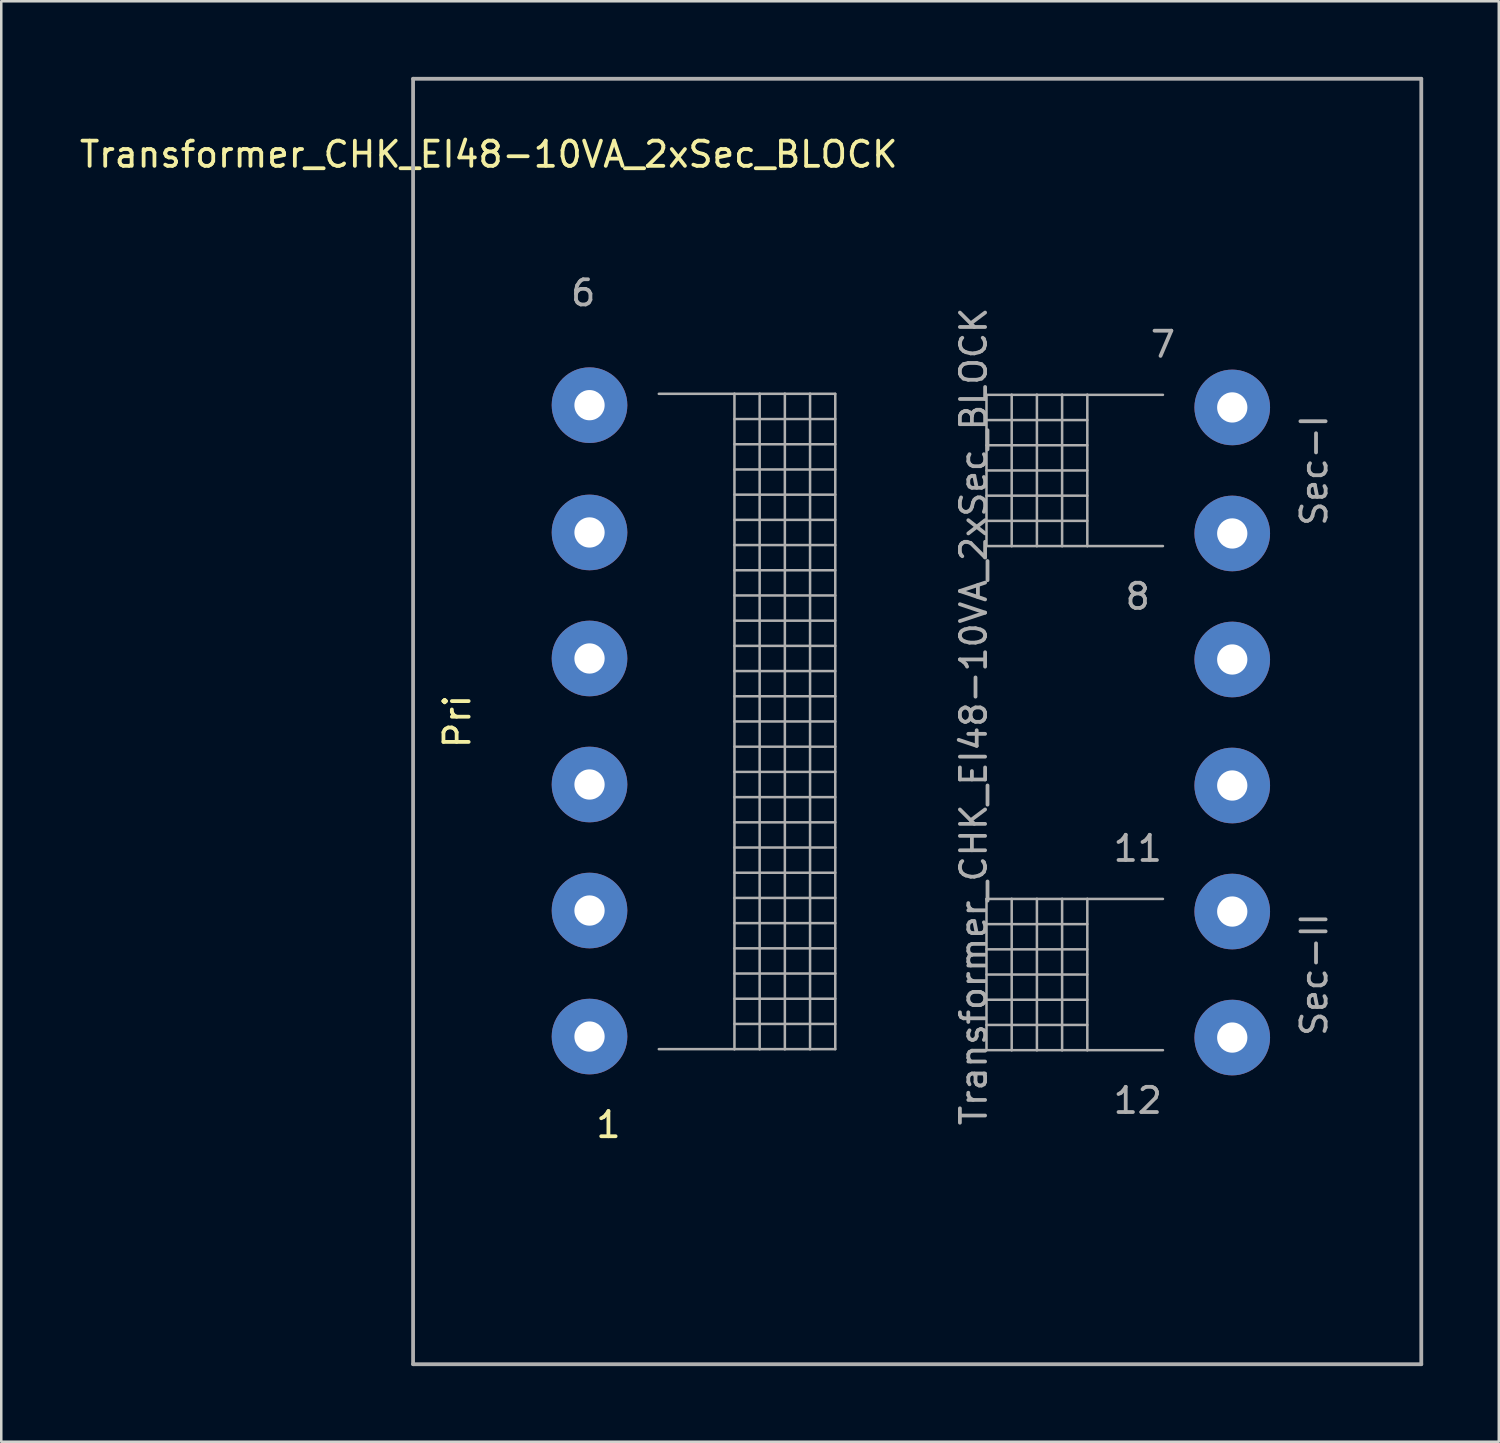
<source format=kicad_pcb>
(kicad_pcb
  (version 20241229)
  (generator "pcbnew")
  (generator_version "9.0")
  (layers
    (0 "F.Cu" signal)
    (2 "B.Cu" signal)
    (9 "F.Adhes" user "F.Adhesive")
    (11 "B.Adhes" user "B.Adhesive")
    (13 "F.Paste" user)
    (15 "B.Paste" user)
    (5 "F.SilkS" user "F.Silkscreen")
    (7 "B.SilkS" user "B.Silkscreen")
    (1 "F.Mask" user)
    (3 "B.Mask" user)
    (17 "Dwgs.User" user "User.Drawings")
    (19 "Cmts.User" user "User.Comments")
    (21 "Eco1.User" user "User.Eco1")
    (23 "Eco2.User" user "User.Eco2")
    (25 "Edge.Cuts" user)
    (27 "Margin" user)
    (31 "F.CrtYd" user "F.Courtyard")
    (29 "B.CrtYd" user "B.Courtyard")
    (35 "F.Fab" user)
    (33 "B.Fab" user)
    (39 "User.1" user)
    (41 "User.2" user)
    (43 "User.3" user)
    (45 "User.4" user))
  (footprint "Transformer_CHK_EI48-10VA_2xSec_BLOCK"
    (layer "F.Cu")
    (at 20.339 38.075)
    (property "Reference" "Transformer_CHK_EI48-10VA_2xSec_BLOCK" (at -4 -35 0) (layer "F.SilkS") (effects (font (size 1 1) (thickness 0.15))))
    (attr through_hole)
    (fp_line (start -7 -38) (end 33 -38) (stroke (width 0.15) (type solid)) (layer "F.Fab"))
    (fp_line (start -7 13) (end -7 -38) (stroke (width 0.15) (type solid)) (layer "F.Fab"))
    (fp_line (start 2.75 -25.5) (end 5.75 -25.5) (stroke (width 0.1) (type solid)) (layer "F.Fab"))
    (fp_line (start 5.75 -25.5) (end 5.75 0.5) (stroke (width 0.1) (type solid)) (layer "F.Fab"))
    (fp_line (start 5.75 -25.5) (end 6.75 -25.5) (stroke (width 0.1) (type solid)) (layer "F.Fab"))
    (fp_line (start 5.75 -24.5) (end 9.75 -24.5) (stroke (width 0.1) (type solid)) (layer "F.Fab"))
    (fp_line (start 5.75 -23.5) (end 9.75 -23.5) (stroke (width 0.1) (type solid)) (layer "F.Fab"))
    (fp_line (start 5.75 -22.5) (end 9.75 -22.5) (stroke (width 0.1) (type solid)) (layer "F.Fab"))
    (fp_line (start 5.75 -21.5) (end 9.75 -21.5) (stroke (width 0.1) (type solid)) (layer "F.Fab"))
    (fp_line (start 5.75 -20.5) (end 9.75 -20.5) (stroke (width 0.1) (type solid)) (layer "F.Fab"))
    (fp_line (start 5.75 -19.5) (end 9.75 -19.5) (stroke (width 0.1) (type solid)) (layer "F.Fab"))
    (fp_line (start 5.75 -18.5) (end 9.75 -18.5) (stroke (width 0.1) (type solid)) (layer "F.Fab"))
    (fp_line (start 5.75 -17.5) (end 9.75 -17.5) (stroke (width 0.1) (type solid)) (layer "F.Fab"))
    (fp_line (start 5.75 -16.5) (end 9.75 -16.5) (stroke (width 0.1) (type solid)) (layer "F.Fab"))
    (fp_line (start 5.75 -15.5) (end 9.75 -15.5) (stroke (width 0.1) (type solid)) (layer "F.Fab"))
    (fp_line (start 5.75 -14.5) (end 9.75 -14.5) (stroke (width 0.1) (type solid)) (layer "F.Fab"))
    (fp_line (start 5.75 -13.5) (end 9.75 -13.5) (stroke (width 0.1) (type solid)) (layer "F.Fab"))
    (fp_line (start 5.75 -12.5) (end 9.75 -12.5) (stroke (width 0.1) (type solid)) (layer "F.Fab"))
    (fp_line (start 5.75 -11.5) (end 9.75 -11.5) (stroke (width 0.1) (type solid)) (layer "F.Fab"))
    (fp_line (start 5.75 -10.5) (end 9.75 -10.5) (stroke (width 0.1) (type solid)) (layer "F.Fab"))
    (fp_line (start 5.75 -9.5) (end 9.75 -9.5) (stroke (width 0.1) (type solid)) (layer "F.Fab"))
    (fp_line (start 5.75 -8.5) (end 9.75 -8.5) (stroke (width 0.1) (type solid)) (layer "F.Fab"))
    (fp_line (start 5.75 -7.5) (end 9.75 -7.5) (stroke (width 0.1) (type solid)) (layer "F.Fab"))
    (fp_line (start 5.75 -6.5) (end 9.75 -6.5) (stroke (width 0.1) (type solid)) (layer "F.Fab"))
    (fp_line (start 5.75 -5.5) (end 9.75 -5.5) (stroke (width 0.1) (type solid)) (layer "F.Fab"))
    (fp_line (start 5.75 -4.5) (end 9.75 -4.5) (stroke (width 0.1) (type solid)) (layer "F.Fab"))
    (fp_line (start 5.75 -3.5) (end 9.75 -3.5) (stroke (width 0.1) (type solid)) (layer "F.Fab"))
    (fp_line (start 5.75 -2.5) (end 9.75 -2.5) (stroke (width 0.1) (type solid)) (layer "F.Fab"))
    (fp_line (start 5.75 -0.5) (end 9.75 -0.5) (stroke (width 0.1) (type solid)) (layer "F.Fab"))
    (fp_line (start 5.75 0.5) (end 2.75 0.5) (stroke (width 0.1) (type solid)) (layer "F.Fab"))
    (fp_line (start 6.75 -25.5) (end 6.75 0.5) (stroke (width 0.1) (type solid)) (layer "F.Fab"))
    (fp_line (start 6.75 -25.5) (end 7.75 -25.5) (stroke (width 0.1) (type solid)) (layer "F.Fab"))
    (fp_line (start 6.75 -1.5) (end 5.75 -1.5) (stroke (width 0.1) (type solid)) (layer "F.Fab"))
    (fp_line (start 6.75 -1.5) (end 9.75 -1.5) (stroke (width 0.1) (type solid)) (layer "F.Fab"))
    (fp_line (start 6.75 0.5) (end 5.75 0.5) (stroke (width 0.1) (type solid)) (layer "F.Fab"))
    (fp_line (start 7.75 -25.5) (end 7.75 0.5) (stroke (width 0.1) (type solid)) (layer "F.Fab"))
    (fp_line (start 7.75 -25.5) (end 8.75 -25.5) (stroke (width 0.1) (type solid)) (layer "F.Fab"))
    (fp_line (start 7.75 0.5) (end 6.75 0.5) (stroke (width 0.1) (type solid)) (layer "F.Fab"))
    (fp_line (start 8.75 -25.5) (end 8.75 0.5) (stroke (width 0.1) (type solid)) (layer "F.Fab"))
    (fp_line (start 8.75 -25.5) (end 9.75 -25.5) (stroke (width 0.1) (type solid)) (layer "F.Fab"))
    (fp_line (start 8.75 0.5) (end 7.75 0.5) (stroke (width 0.1) (type solid)) (layer "F.Fab"))
    (fp_line (start 9.75 -25.5) (end 9.75 0.5) (stroke (width 0.1) (type solid)) (layer "F.Fab"))
    (fp_line (start 9.75 0.5) (end 8.75 0.5) (stroke (width 0.1) (type solid)) (layer "F.Fab"))
    (fp_line (start 15.75 -25.46) (end 15.75 -19.46) (stroke (width 0.1) (type solid)) (layer "F.Fab"))
    (fp_line (start 15.75 -24.46) (end 19.75 -24.46) (stroke (width 0.1) (type solid)) (layer "F.Fab"))
    (fp_line (start 15.75 -23.46) (end 19.75 -23.46) (stroke (width 0.1) (type solid)) (layer "F.Fab"))
    (fp_line (start 15.75 -22.46) (end 19.75 -22.46) (stroke (width 0.1) (type solid)) (layer "F.Fab"))
    (fp_line (start 15.75 -21.46) (end 19.75 -21.46) (stroke (width 0.1) (type solid)) (layer "F.Fab"))
    (fp_line (start 15.75 -20.46) (end 19.75 -20.46) (stroke (width 0.1) (type solid)) (layer "F.Fab"))
    (fp_line (start 15.75 -19.46) (end 16.75 -19.46) (stroke (width 0.1) (type solid)) (layer "F.Fab"))
    (fp_line (start 15.75 -5.46) (end 15.75 0.54) (stroke (width 0.1) (type solid)) (layer "F.Fab"))
    (fp_line (start 15.75 -4.46) (end 19.75 -4.46) (stroke (width 0.1) (type solid)) (layer "F.Fab"))
    (fp_line (start 15.75 -3.46) (end 19.75 -3.46) (stroke (width 0.1) (type solid)) (layer "F.Fab"))
    (fp_line (start 15.75 -2.46) (end 19.75 -2.46) (stroke (width 0.1) (type solid)) (layer "F.Fab"))
    (fp_line (start 15.75 -1.46) (end 19.75 -1.46) (stroke (width 0.1) (type solid)) (layer "F.Fab"))
    (fp_line (start 15.75 -0.46) (end 19.75 -0.46) (stroke (width 0.1) (type solid)) (layer "F.Fab"))
    (fp_line (start 15.75 0.54) (end 16.75 0.54) (stroke (width 0.1) (type solid)) (layer "F.Fab"))
    (fp_line (start 16.75 -25.46) (end 15.75 -25.46) (stroke (width 0.1) (type solid)) (layer "F.Fab"))
    (fp_line (start 16.75 -25.46) (end 16.75 -19.46) (stroke (width 0.1) (type solid)) (layer "F.Fab"))
    (fp_line (start 16.75 -19.46) (end 17.75 -19.46) (stroke (width 0.1) (type solid)) (layer "F.Fab"))
    (fp_line (start 16.75 -5.46) (end 15.75 -5.46) (stroke (width 0.1) (type solid)) (layer "F.Fab"))
    (fp_line (start 16.75 -5.46) (end 16.75 0.54) (stroke (width 0.1) (type solid)) (layer "F.Fab"))
    (fp_line (start 16.75 0.54) (end 17.75 0.54) (stroke (width 0.1) (type solid)) (layer "F.Fab"))
    (fp_line (start 17.75 -25.46) (end 16.75 -25.46) (stroke (width 0.1) (type solid)) (layer "F.Fab"))
    (fp_line (start 17.75 -25.46) (end 17.75 -19.46) (stroke (width 0.1) (type solid)) (layer "F.Fab"))
    (fp_line (start 17.75 -19.46) (end 18.75 -19.46) (stroke (width 0.1) (type solid)) (layer "F.Fab"))
    (fp_line (start 17.75 -5.46) (end 16.75 -5.46) (stroke (width 0.1) (type solid)) (layer "F.Fab"))
    (fp_line (start 17.75 -5.46) (end 17.75 0.54) (stroke (width 0.1) (type solid)) (layer "F.Fab"))
    (fp_line (start 17.75 0.54) (end 18.75 0.54) (stroke (width 0.1) (type solid)) (layer "F.Fab"))
    (fp_line (start 18.75 -25.46) (end 17.75 -25.46) (stroke (width 0.1) (type solid)) (layer "F.Fab"))
    (fp_line (start 18.75 -25.46) (end 18.75 -19.46) (stroke (width 0.1) (type solid)) (layer "F.Fab"))
    (fp_line (start 18.75 -19.46) (end 19.75 -19.46) (stroke (width 0.1) (type solid)) (layer "F.Fab"))
    (fp_line (start 18.75 -5.46) (end 17.75 -5.46) (stroke (width 0.1) (type solid)) (layer "F.Fab"))
    (fp_line (start 18.75 -5.46) (end 18.75 0.54) (stroke (width 0.1) (type solid)) (layer "F.Fab"))
    (fp_line (start 18.75 0.54) (end 19.75 0.54) (stroke (width 0.1) (type solid)) (layer "F.Fab"))
    (fp_line (start 19.75 -25.46) (end 18.75 -25.46) (stroke (width 0.1) (type solid)) (layer "F.Fab"))
    (fp_line (start 19.75 -25.46) (end 19.75 -19.46) (stroke (width 0.1) (type solid)) (layer "F.Fab"))
    (fp_line (start 19.75 -19.46) (end 22.75 -19.46) (stroke (width 0.1) (type solid)) (layer "F.Fab"))
    (fp_line (start 19.75 -5.46) (end 18.75 -5.46) (stroke (width 0.1) (type solid)) (layer "F.Fab"))
    (fp_line (start 19.75 -5.46) (end 19.75 0.54) (stroke (width 0.1) (type solid)) (layer "F.Fab"))
    (fp_line (start 19.75 0.54) (end 22.75 0.54) (stroke (width 0.1) (type solid)) (layer "F.Fab"))
    (fp_line (start 22.75 -25.46) (end 19.75 -25.46) (stroke (width 0.1) (type solid)) (layer "F.Fab"))
    (fp_line (start 22.75 -5.46) (end 19.75 -5.46) (stroke (width 0.1) (type solid)) (layer "F.Fab"))
    (fp_line (start 33 -38) (end 33 13) (stroke (width 0.15) (type solid)) (layer "F.Fab"))
    (fp_line (start 33 13) (end -7 13) (stroke (width 0.15) (type solid)) (layer "F.Fab"))
    (fp_text user "Pri" (at -5.25 -12.5 90) (layer "F.SilkS") (effects (font (size 1 1) (thickness 0.15))))
    (fp_text user "1" (at 0.75 3.5 0) (layer "F.SilkS") (effects (font (size 1 1) (thickness 0.15))))
    (fp_text user "Sec-I" (at 28.75 -22.46 90) (layer "F.Fab") (effects (font (size 1 1) (thickness 0.15))))
    (fp_text user "8" (at 21.75 -17.46 0) (layer "F.Fab") (effects (font (size 1 1) (thickness 0.15))))
    (fp_text user "6" (at -0.25 -29.5 0) (layer "F.Fab") (effects (font (size 1 1) (thickness 0.15))))
    (fp_text user "Sec-II" (at 28.75 -2.46 90) (layer "F.Fab") (effects (font (size 1 1) (thickness 0.15))))
    (fp_text user "12" (at 21.75 2.54 0) (layer "F.Fab") (effects (font (size 1 1) (thickness 0.15))))
    (fp_text user "${REFERENCE}" (at 15.24 -12.7 90) (layer "F.Fab") (effects (font (size 1 1) (thickness 0.15))))
    (fp_text user "7" (at 22.75 -27.46 0) (layer "F.Fab") (effects (font (size 1 1) (thickness 0.15))))
    (fp_text user "11" (at 21.75 -7.46 0) (layer "F.Fab") (effects (font (size 1 1) (thickness 0.15))))
    (pad "1" thru_hole circle (at 0 0) (size 3 3) (drill 1.2) (layers "*.Cu" "*.Mask"))
    (pad "2" thru_hole circle (at 0 -5) (size 3 3) (drill 1.2) (layers "*.Cu" "*.Mask"))
    (pad "3" thru_hole circle (at 0 -10) (size 3 3) (drill 1.2) (layers "*.Cu" "*.Mask"))
    (pad "4" thru_hole circle (at 0 -15) (size 3 3) (drill 1.2) (layers "*.Cu" "*.Mask"))
    (pad "5" thru_hole circle (at 0 -20) (size 3 3) (drill 1.2) (layers "*.Cu" "*.Mask"))
    (pad "6" thru_hole circle (at 0 -25.05) (size 3 3) (drill 1.2) (layers "*.Cu" "*.Mask"))
    (pad "7" thru_hole circle (at 25.5 -24.96) (size 3 3) (drill 1.2) (layers "*.Cu" "*.Mask"))
    (pad "8" thru_hole circle (at 25.5 -19.96) (size 3 3) (drill 1.2) (layers "*.Cu" "*.Mask"))
    (pad "9" thru_hole circle (at 25.5 -14.96) (size 3 3) (drill 1.2) (layers "*.Cu" "*.Mask"))
    (pad "10" thru_hole circle (at 25.5 -9.96) (size 3 3) (drill 1.2) (layers "*.Cu" "*.Mask"))
    (pad "11" thru_hole circle (at 25.5 -4.96) (size 3 3) (drill 1.2) (layers "*.Cu" "*.Mask"))
    (pad "12" thru_hole circle (at 25.5 0.04) (size 3 3) (drill 1.2) (layers "*.Cu" "*.Mask")))
  (gr_rect
    (start -3 -3)
    (end 56.414 54.15)
    (stroke (width 0.1) (type default))
    (fill no)
    (layer "Edge.Cuts")))
</source>
